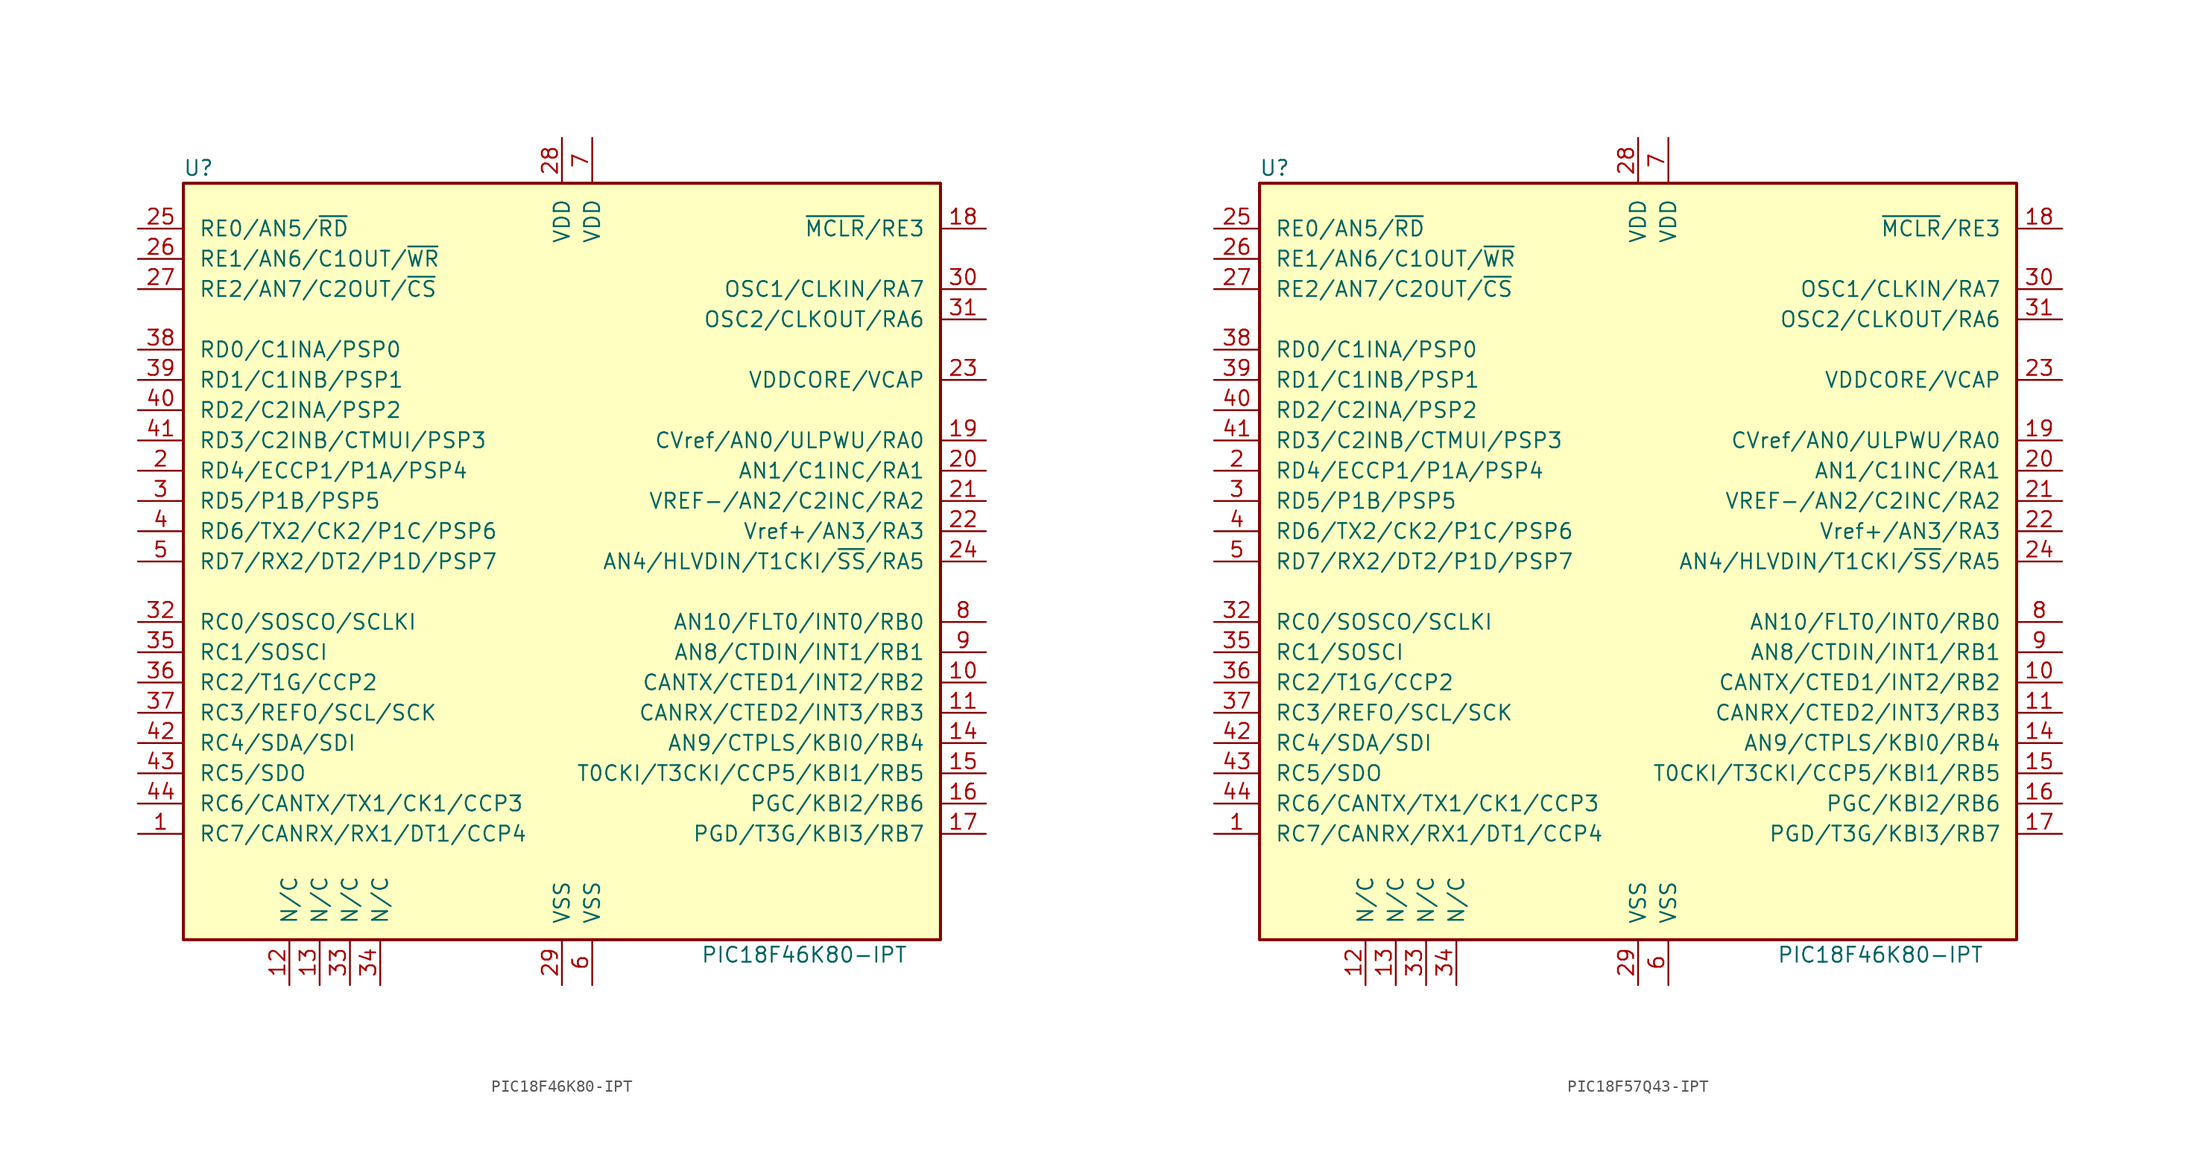
<source format=kicad_sym>
(kicad_symbol_lib
  (version 20220914)
  (generator kicad_symbol_editor)
  (symbol "PIC18F46K80-IPT"
    (pin_names
      (offset 1.27))
    (property "Reference" "U"
      (at -30.48 33.02 0)
      (effects (font (size 1.27 1.27))))
    (property "Value" "PIC18F46K80-IPT"
      (at 20.32 -33.02 0)
      (effects (font (size 1.27 1.27))))
    (symbol "PIC18F46K80-IPT_0_1"
      (rectangle (start -31.75 31.75) (end 31.75 -31.75) (stroke (width 0.254) (type default)) (fill (type background))))
    (symbol "PIC18F46K80-IPT_1_1"
      (pin bidirectional line (at -35.56 -22.86 0) (length 3.81) (name "RC7/CANRX/RX1/DT1/CCP4" (effects (font (size 1.27 1.27)))) (number "1" (effects (font (size 1.27 1.27)))))
      (pin bidirectional line (at 35.56 -10.16 180) (length 3.81) (name "CANTX/CTED1/INT2/RB2" (effects (font (size 1.27 1.27)))) (number "10" (effects (font (size 1.27 1.27)))))
      (pin bidirectional line (at 35.56 -12.7 180) (length 3.81) (name "CANRX/CTED2/INT3/RB3" (effects (font (size 1.27 1.27)))) (number "11" (effects (font (size 1.27 1.27)))))
      (pin bidirectional line (at -22.86 -35.56 90) (length 3.81) (name "N/C" (effects (font (size 1.27 1.27)))) (number "12" (effects (font (size 1.27 1.27)))))
      (pin bidirectional line (at -20.32 -35.56 90) (length 3.81) (name "N/C" (effects (font (size 1.27 1.27)))) (number "13" (effects (font (size 1.27 1.27)))))
      (pin bidirectional line (at 35.56 -15.24 180) (length 3.81) (name "AN9/CTPLS/KBI0/RB4" (effects (font (size 1.27 1.27)))) (number "14" (effects (font (size 1.27 1.27)))))
      (pin bidirectional line (at 35.56 -17.78 180) (length 3.81) (name "T0CKI/T3CKI/CCP5/KBI1/RB5" (effects (font (size 1.27 1.27)))) (number "15" (effects (font (size 1.27 1.27)))))
      (pin bidirectional line (at 35.56 -20.32 180) (length 3.81) (name "PGC/KBI2/RB6" (effects (font (size 1.27 1.27)))) (number "16" (effects (font (size 1.27 1.27)))))
      (pin bidirectional line (at 35.56 -22.86 180) (length 3.81) (name "PGD/T3G/KBI3/RB7" (effects (font (size 1.27 1.27)))) (number "17" (effects (font (size 1.27 1.27)))))
      (pin input line (at 35.56 27.94 180) (length 3.81) (name "~{MCLR}/RE3" (effects (font (size 1.27 1.27)))) (number "18" (effects (font (size 1.27 1.27)))))
      (pin bidirectional line (at 35.56 10.16 180) (length 3.81) (name "CVref/AN0/ULPWU/RA0" (effects (font (size 1.27 1.27)))) (number "19" (effects (font (size 1.27 1.27)))))
      (pin bidirectional line (at -35.56 7.62 0) (length 3.81) (name "RD4/ECCP1/P1A/PSP4" (effects (font (size 1.27 1.27)))) (number "2" (effects (font (size 1.27 1.27)))))
      (pin bidirectional line (at 35.56 7.62 180) (length 3.81) (name "AN1/C1INC/RA1" (effects (font (size 1.27 1.27)))) (number "20" (effects (font (size 1.27 1.27)))))
      (pin bidirectional line (at 35.56 5.08 180) (length 3.81) (name "VREF-/AN2/C2INC/RA2" (effects (font (size 1.27 1.27)))) (number "21" (effects (font (size 1.27 1.27)))))
      (pin bidirectional line (at 35.56 2.54 180) (length 3.81) (name "Vref+/AN3/RA3" (effects (font (size 1.27 1.27)))) (number "22" (effects (font (size 1.27 1.27)))))
      (pin passive line (at 35.56 15.24 180) (length 3.81) (name "VDDCORE/VCAP" (effects (font (size 1.27 1.27)))) (number "23" (effects (font (size 1.27 1.27)))))
      (pin bidirectional line (at 35.56 0 180) (length 3.81) (name "AN4/HLVDIN/T1CKI/~{SS}/RA5" (effects (font (size 1.27 1.27)))) (number "24" (effects (font (size 1.27 1.27)))))
      (pin bidirectional line (at -35.56 27.94 0) (length 3.81) (name "RE0/AN5/~{RD}" (effects (font (size 1.27 1.27)))) (number "25" (effects (font (size 1.27 1.27)))))
      (pin bidirectional line (at -35.56 25.4 0) (length 3.81) (name "RE1/AN6/C1OUT/~{WR}" (effects (font (size 1.27 1.27)))) (number "26" (effects (font (size 1.27 1.27)))))
      (pin power_in line (at -35.56 22.86 0) (length 3.81) (name "RE2/AN7/C2OUT/~{CS}" (effects (font (size 1.27 1.27)))) (number "27" (effects (font (size 1.27 1.27)))))
      (pin power_in line (at 0 35.56 270) (length 3.81) (name "VDD" (effects (font (size 1.27 1.27)))) (number "28" (effects (font (size 1.27 1.27)))))
      (pin power_in line (at 0 -35.56 90) (length 3.81) (name "VSS" (effects (font (size 1.27 1.27)))) (number "29" (effects (font (size 1.27 1.27)))))
      (pin bidirectional line (at -35.56 5.08 0) (length 3.81) (name "RD5/P1B/PSP5" (effects (font (size 1.27 1.27)))) (number "3" (effects (font (size 1.27 1.27)))))
      (pin input line (at 35.56 22.86 180) (length 3.81) (name "OSC1/CLKIN/RA7" (effects (font (size 1.27 1.27)))) (number "30" (effects (font (size 1.27 1.27)))))
      (pin output line (at 35.56 20.32 180) (length 3.81) (name "OSC2/CLKOUT/RA6" (effects (font (size 1.27 1.27)))) (number "31" (effects (font (size 1.27 1.27)))))
      (pin bidirectional line (at -35.56 -5.08 0) (length 3.81) (name "RC0/SOSCO/SCLKI" (effects (font (size 1.27 1.27)))) (number "32" (effects (font (size 1.27 1.27)))))
      (pin bidirectional line (at -17.78 -35.56 90) (length 3.81) (name "N/C" (effects (font (size 1.27 1.27)))) (number "33" (effects (font (size 1.27 1.27)))))
      (pin bidirectional line (at -15.24 -35.56 90) (length 3.81) (name "N/C" (effects (font (size 1.27 1.27)))) (number "34" (effects (font (size 1.27 1.27)))))
      (pin bidirectional line (at -35.56 -7.62 0) (length 3.81) (name "RC1/SOSCI" (effects (font (size 1.27 1.27)))) (number "35" (effects (font (size 1.27 1.27)))))
      (pin bidirectional line (at -35.56 -10.16 0) (length 3.81) (name "RC2/T1G/CCP2" (effects (font (size 1.27 1.27)))) (number "36" (effects (font (size 1.27 1.27)))))
      (pin bidirectional line (at -35.56 -12.7 0) (length 3.81) (name "RC3/REFO/SCL/SCK" (effects (font (size 1.27 1.27)))) (number "37" (effects (font (size 1.27 1.27)))))
      (pin bidirectional line (at -35.56 17.78 0) (length 3.81) (name "RD0/C1INA/PSP0" (effects (font (size 1.27 1.27)))) (number "38" (effects (font (size 1.27 1.27)))))
      (pin bidirectional line (at -35.56 15.24 0) (length 3.81) (name "RD1/C1INB/PSP1" (effects (font (size 1.27 1.27)))) (number "39" (effects (font (size 1.27 1.27)))))
      (pin bidirectional line (at -35.56 2.54 0) (length 3.81) (name "RD6/TX2/CK2/P1C/PSP6" (effects (font (size 1.27 1.27)))) (number "4" (effects (font (size 1.27 1.27)))))
      (pin bidirectional line (at -35.56 12.7 0) (length 3.81) (name "RD2/C2INA/PSP2" (effects (font (size 1.27 1.27)))) (number "40" (effects (font (size 1.27 1.27)))))
      (pin bidirectional line (at -35.56 10.16 0) (length 3.81) (name "RD3/C2INB/CTMUI/PSP3" (effects (font (size 1.27 1.27)))) (number "41" (effects (font (size 1.27 1.27)))))
      (pin bidirectional line (at -35.56 -15.24 0) (length 3.81) (name "RC4/SDA/SDI" (effects (font (size 1.27 1.27)))) (number "42" (effects (font (size 1.27 1.27)))))
      (pin bidirectional line (at -35.56 -17.78 0) (length 3.81) (name "RC5/SDO" (effects (font (size 1.27 1.27)))) (number "43" (effects (font (size 1.27 1.27)))))
      (pin bidirectional line (at -35.56 -20.32 0) (length 3.81) (name "RC6/CANTX/TX1/CK1/CCP3" (effects (font (size 1.27 1.27)))) (number "44" (effects (font (size 1.27 1.27)))))
      (pin bidirectional line (at -35.56 0 0) (length 3.81) (name "RD7/RX2/DT2/P1D/PSP7" (effects (font (size 1.27 1.27)))) (number "5" (effects (font (size 1.27 1.27)))))
      (pin power_in line (at 2.54 -35.56 90) (length 3.81) (name "VSS" (effects (font (size 1.27 1.27)))) (number "6" (effects (font (size 1.27 1.27)))))
      (pin power_in line (at 2.54 35.56 270) (length 3.81) (name "VDD" (effects (font (size 1.27 1.27)))) (number "7" (effects (font (size 1.27 1.27)))))
      (pin bidirectional line (at 35.56 -5.08 180) (length 3.81) (name "AN10/FLT0/INT0/RB0" (effects (font (size 1.27 1.27)))) (number "8" (effects (font (size 1.27 1.27)))))
      (pin bidirectional line (at 35.56 -7.62 180) (length 3.81) (name "AN8/CTDIN/INT1/RB1" (effects (font (size 1.27 1.27)))) (number "9" (effects (font (size 1.27 1.27)))))))
  (symbol "PIC18F57Q43-IPT"
    (pin_names
      (offset 1.27))
    (property "Reference" "U"
      (at -30.48 33.02 0)
      (effects (font (size 1.27 1.27))))
    (property "Value" "PIC18F46K80-IPT"
      (at 20.32 -33.02 0)
      (effects (font (size 1.27 1.27))))
    (symbol "PIC18F57Q43-IPT_0_1"
      (rectangle (start -31.75 31.75) (end 31.75 -31.75) (stroke (width 0.254) (type default)) (fill (type background))))
    (symbol "PIC18F57Q43-IPT_1_1"
      (pin bidirectional line (at -35.56 -22.86 0) (length 3.81) (name "RC7/CANRX/RX1/DT1/CCP4" (effects (font (size 1.27 1.27)))) (number "1" (effects (font (size 1.27 1.27)))))
      (pin bidirectional line (at 35.56 -10.16 180) (length 3.81) (name "CANTX/CTED1/INT2/RB2" (effects (font (size 1.27 1.27)))) (number "10" (effects (font (size 1.27 1.27)))))
      (pin bidirectional line (at 35.56 -12.7 180) (length 3.81) (name "CANRX/CTED2/INT3/RB3" (effects (font (size 1.27 1.27)))) (number "11" (effects (font (size 1.27 1.27)))))
      (pin bidirectional line (at -22.86 -35.56 90) (length 3.81) (name "N/C" (effects (font (size 1.27 1.27)))) (number "12" (effects (font (size 1.27 1.27)))))
      (pin bidirectional line (at -20.32 -35.56 90) (length 3.81) (name "N/C" (effects (font (size 1.27 1.27)))) (number "13" (effects (font (size 1.27 1.27)))))
      (pin bidirectional line (at 35.56 -15.24 180) (length 3.81) (name "AN9/CTPLS/KBI0/RB4" (effects (font (size 1.27 1.27)))) (number "14" (effects (font (size 1.27 1.27)))))
      (pin bidirectional line (at 35.56 -17.78 180) (length 3.81) (name "T0CKI/T3CKI/CCP5/KBI1/RB5" (effects (font (size 1.27 1.27)))) (number "15" (effects (font (size 1.27 1.27)))))
      (pin bidirectional line (at 35.56 -20.32 180) (length 3.81) (name "PGC/KBI2/RB6" (effects (font (size 1.27 1.27)))) (number "16" (effects (font (size 1.27 1.27)))))
      (pin bidirectional line (at 35.56 -22.86 180) (length 3.81) (name "PGD/T3G/KBI3/RB7" (effects (font (size 1.27 1.27)))) (number "17" (effects (font (size 1.27 1.27)))))
      (pin input line (at 35.56 27.94 180) (length 3.81) (name "~{MCLR}/RE3" (effects (font (size 1.27 1.27)))) (number "18" (effects (font (size 1.27 1.27)))))
      (pin bidirectional line (at 35.56 10.16 180) (length 3.81) (name "CVref/AN0/ULPWU/RA0" (effects (font (size 1.27 1.27)))) (number "19" (effects (font (size 1.27 1.27)))))
      (pin bidirectional line (at -35.56 7.62 0) (length 3.81) (name "RD4/ECCP1/P1A/PSP4" (effects (font (size 1.27 1.27)))) (number "2" (effects (font (size 1.27 1.27)))))
      (pin bidirectional line (at 35.56 7.62 180) (length 3.81) (name "AN1/C1INC/RA1" (effects (font (size 1.27 1.27)))) (number "20" (effects (font (size 1.27 1.27)))))
      (pin bidirectional line (at 35.56 5.08 180) (length 3.81) (name "VREF-/AN2/C2INC/RA2" (effects (font (size 1.27 1.27)))) (number "21" (effects (font (size 1.27 1.27)))))
      (pin bidirectional line (at 35.56 2.54 180) (length 3.81) (name "Vref+/AN3/RA3" (effects (font (size 1.27 1.27)))) (number "22" (effects (font (size 1.27 1.27)))))
      (pin passive line (at 35.56 15.24 180) (length 3.81) (name "VDDCORE/VCAP" (effects (font (size 1.27 1.27)))) (number "23" (effects (font (size 1.27 1.27)))))
      (pin bidirectional line (at 35.56 0 180) (length 3.81) (name "AN4/HLVDIN/T1CKI/~{SS}/RA5" (effects (font (size 1.27 1.27)))) (number "24" (effects (font (size 1.27 1.27)))))
      (pin bidirectional line (at -35.56 27.94 0) (length 3.81) (name "RE0/AN5/~{RD}" (effects (font (size 1.27 1.27)))) (number "25" (effects (font (size 1.27 1.27)))))
      (pin bidirectional line (at -35.56 25.4 0) (length 3.81) (name "RE1/AN6/C1OUT/~{WR}" (effects (font (size 1.27 1.27)))) (number "26" (effects (font (size 1.27 1.27)))))
      (pin power_in line (at -35.56 22.86 0) (length 3.81) (name "RE2/AN7/C2OUT/~{CS}" (effects (font (size 1.27 1.27)))) (number "27" (effects (font (size 1.27 1.27)))))
      (pin power_in line (at 0 35.56 270) (length 3.81) (name "VDD" (effects (font (size 1.27 1.27)))) (number "28" (effects (font (size 1.27 1.27)))))
      (pin power_in line (at 0 -35.56 90) (length 3.81) (name "VSS" (effects (font (size 1.27 1.27)))) (number "29" (effects (font (size 1.27 1.27)))))
      (pin bidirectional line (at -35.56 5.08 0) (length 3.81) (name "RD5/P1B/PSP5" (effects (font (size 1.27 1.27)))) (number "3" (effects (font (size 1.27 1.27)))))
      (pin input line (at 35.56 22.86 180) (length 3.81) (name "OSC1/CLKIN/RA7" (effects (font (size 1.27 1.27)))) (number "30" (effects (font (size 1.27 1.27)))))
      (pin output line (at 35.56 20.32 180) (length 3.81) (name "OSC2/CLKOUT/RA6" (effects (font (size 1.27 1.27)))) (number "31" (effects (font (size 1.27 1.27)))))
      (pin bidirectional line (at -35.56 -5.08 0) (length 3.81) (name "RC0/SOSCO/SCLKI" (effects (font (size 1.27 1.27)))) (number "32" (effects (font (size 1.27 1.27)))))
      (pin bidirectional line (at -17.78 -35.56 90) (length 3.81) (name "N/C" (effects (font (size 1.27 1.27)))) (number "33" (effects (font (size 1.27 1.27)))))
      (pin bidirectional line (at -15.24 -35.56 90) (length 3.81) (name "N/C" (effects (font (size 1.27 1.27)))) (number "34" (effects (font (size 1.27 1.27)))))
      (pin bidirectional line (at -35.56 -7.62 0) (length 3.81) (name "RC1/SOSCI" (effects (font (size 1.27 1.27)))) (number "35" (effects (font (size 1.27 1.27)))))
      (pin bidirectional line (at -35.56 -10.16 0) (length 3.81) (name "RC2/T1G/CCP2" (effects (font (size 1.27 1.27)))) (number "36" (effects (font (size 1.27 1.27)))))
      (pin bidirectional line (at -35.56 -12.7 0) (length 3.81) (name "RC3/REFO/SCL/SCK" (effects (font (size 1.27 1.27)))) (number "37" (effects (font (size 1.27 1.27)))))
      (pin bidirectional line (at -35.56 17.78 0) (length 3.81) (name "RD0/C1INA/PSP0" (effects (font (size 1.27 1.27)))) (number "38" (effects (font (size 1.27 1.27)))))
      (pin bidirectional line (at -35.56 15.24 0) (length 3.81) (name "RD1/C1INB/PSP1" (effects (font (size 1.27 1.27)))) (number "39" (effects (font (size 1.27 1.27)))))
      (pin bidirectional line (at -35.56 2.54 0) (length 3.81) (name "RD6/TX2/CK2/P1C/PSP6" (effects (font (size 1.27 1.27)))) (number "4" (effects (font (size 1.27 1.27)))))
      (pin bidirectional line (at -35.56 12.7 0) (length 3.81) (name "RD2/C2INA/PSP2" (effects (font (size 1.27 1.27)))) (number "40" (effects (font (size 1.27 1.27)))))
      (pin bidirectional line (at -35.56 10.16 0) (length 3.81) (name "RD3/C2INB/CTMUI/PSP3" (effects (font (size 1.27 1.27)))) (number "41" (effects (font (size 1.27 1.27)))))
      (pin bidirectional line (at -35.56 -15.24 0) (length 3.81) (name "RC4/SDA/SDI" (effects (font (size 1.27 1.27)))) (number "42" (effects (font (size 1.27 1.27)))))
      (pin bidirectional line (at -35.56 -17.78 0) (length 3.81) (name "RC5/SDO" (effects (font (size 1.27 1.27)))) (number "43" (effects (font (size 1.27 1.27)))))
      (pin bidirectional line (at -35.56 -20.32 0) (length 3.81) (name "RC6/CANTX/TX1/CK1/CCP3" (effects (font (size 1.27 1.27)))) (number "44" (effects (font (size 1.27 1.27)))))
      (pin bidirectional line (at -35.56 0 0) (length 3.81) (name "RD7/RX2/DT2/P1D/PSP7" (effects (font (size 1.27 1.27)))) (number "5" (effects (font (size 1.27 1.27)))))
      (pin power_in line (at 2.54 -35.56 90) (length 3.81) (name "VSS" (effects (font (size 1.27 1.27)))) (number "6" (effects (font (size 1.27 1.27)))))
      (pin power_in line (at 2.54 35.56 270) (length 3.81) (name "VDD" (effects (font (size 1.27 1.27)))) (number "7" (effects (font (size 1.27 1.27)))))
      (pin bidirectional line (at 35.56 -5.08 180) (length 3.81) (name "AN10/FLT0/INT0/RB0" (effects (font (size 1.27 1.27)))) (number "8" (effects (font (size 1.27 1.27)))))
      (pin bidirectional line (at 35.56 -7.62 180) (length 3.81) (name "AN8/CTDIN/INT1/RB1" (effects (font (size 1.27 1.27)))) (number "9" (effects (font (size 1.27 1.27))))))))
</source>
